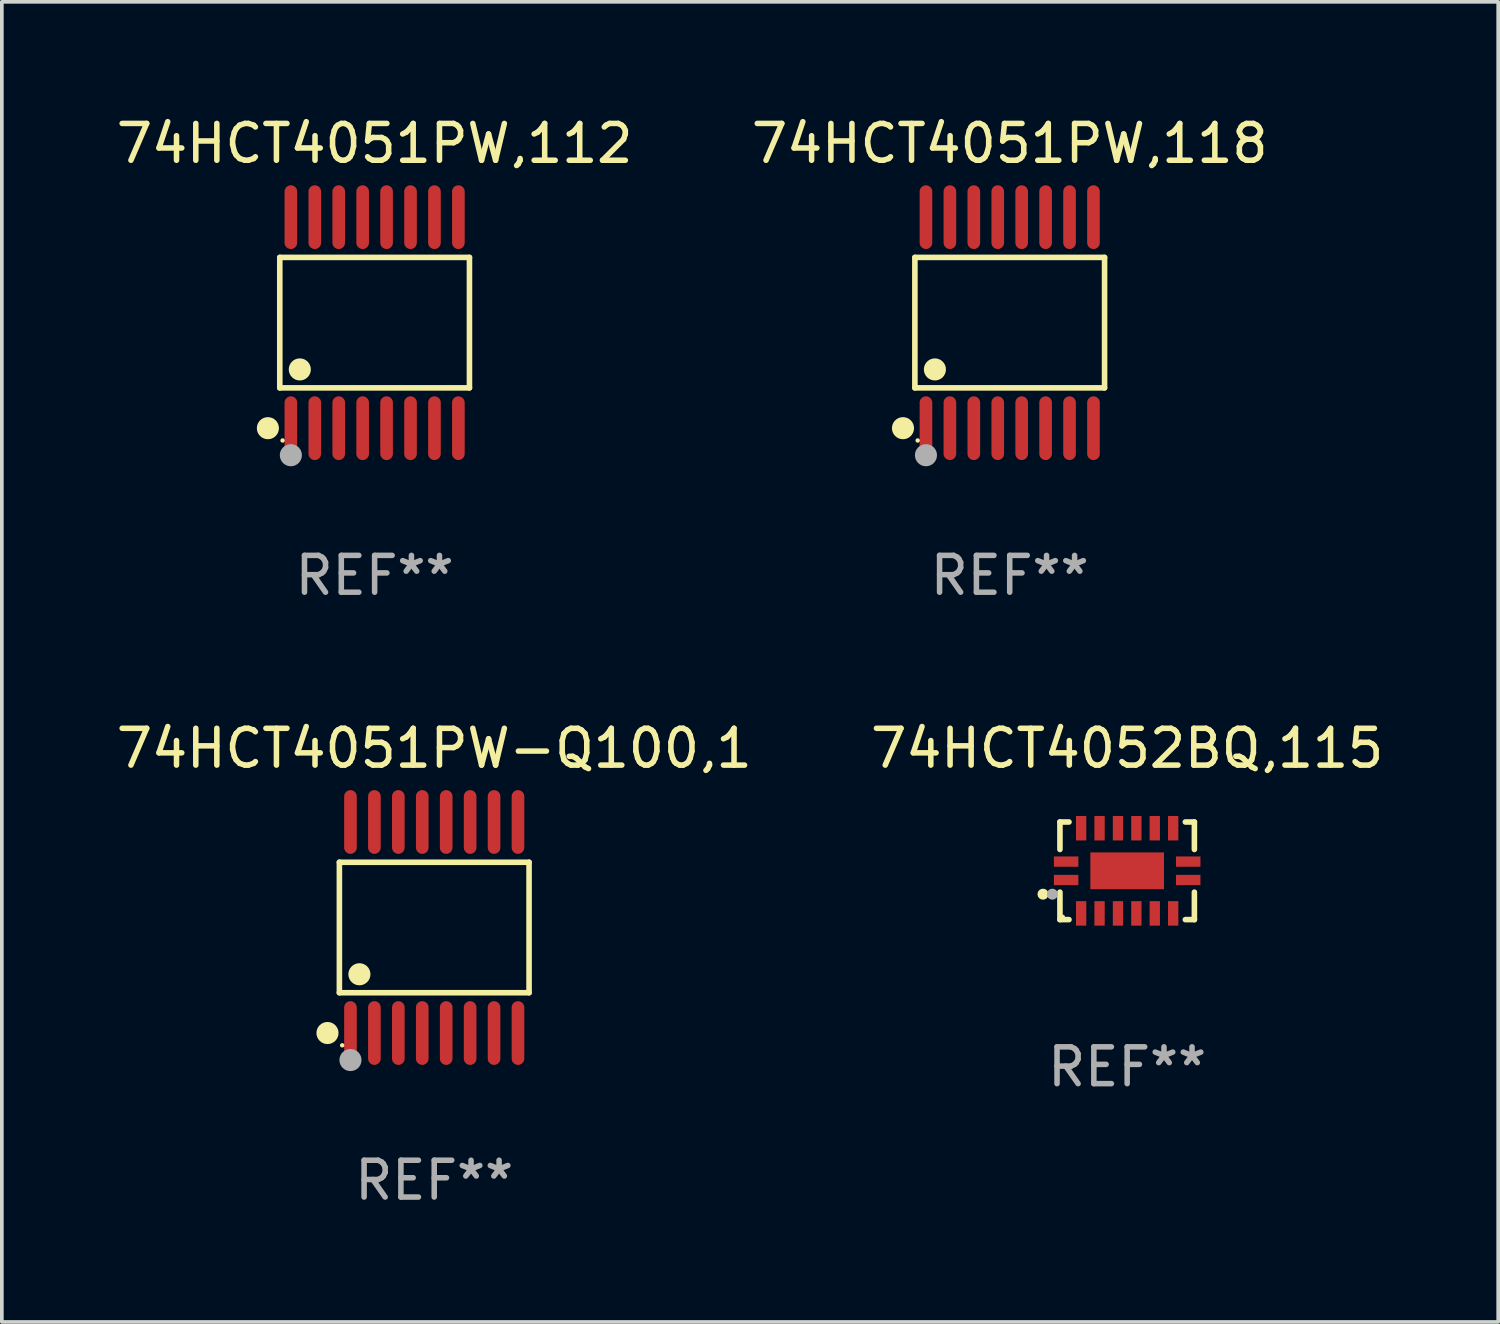
<source format=kicad_pcb>
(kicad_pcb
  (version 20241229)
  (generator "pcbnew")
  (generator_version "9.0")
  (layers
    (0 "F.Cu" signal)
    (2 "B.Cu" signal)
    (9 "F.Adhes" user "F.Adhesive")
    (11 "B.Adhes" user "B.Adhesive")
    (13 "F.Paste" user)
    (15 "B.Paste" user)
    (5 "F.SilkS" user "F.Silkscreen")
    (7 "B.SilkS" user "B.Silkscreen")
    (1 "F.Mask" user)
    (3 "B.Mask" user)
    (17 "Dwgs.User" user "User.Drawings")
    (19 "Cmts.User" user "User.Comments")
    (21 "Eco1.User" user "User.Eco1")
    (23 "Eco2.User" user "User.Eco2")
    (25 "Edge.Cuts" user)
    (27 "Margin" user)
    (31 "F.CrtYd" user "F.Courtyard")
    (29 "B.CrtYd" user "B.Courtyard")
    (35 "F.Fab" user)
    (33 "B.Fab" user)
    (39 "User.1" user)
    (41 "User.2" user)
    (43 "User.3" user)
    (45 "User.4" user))
  (footprint "74HCT4052BQ,115"
    (layer "F.Cu")
    (at 27.565 20.602)
    (property "Reference" "74HCT4052BQ,115" (at 0 -3.326 0) (layer "F.SilkS") (effects (font (size 1 1) (thickness 0.15))))
    (attr through_hole)
    (fp_line (start -1.826 -1.326) (end -1.58 -1.326) (stroke (width 0.152) (type solid)) (layer "F.SilkS"))
    (fp_line (start -1.826 -0.58) (end -1.826 -1.326) (stroke (width 0.152) (type solid)) (layer "F.SilkS"))
    (fp_line (start -1.826 0.58) (end -1.826 1.326) (stroke (width 0.152) (type solid)) (layer "F.SilkS"))
    (fp_line (start -1.826 1.326) (end -1.58 1.326) (stroke (width 0.152) (type solid)) (layer "F.SilkS"))
    (fp_line (start 1.826 -1.326) (end 1.58 -1.326) (stroke (width 0.152) (type solid)) (layer "F.SilkS"))
    (fp_line (start 1.826 -0.58) (end 1.826 -1.326) (stroke (width 0.152) (type solid)) (layer "F.SilkS"))
    (fp_line (start 1.826 0.58) (end 1.826 1.326) (stroke (width 0.152) (type solid)) (layer "F.SilkS"))
    (fp_line (start 1.826 1.326) (end 1.58 1.326) (stroke (width 0.152) (type solid)) (layer "F.SilkS"))
    (fp_circle (center -2.286 0.635) (end -2.211 0.635) (stroke (width 0.15) (type solid)) (fill no) (layer "F.SilkS"))
    (fp_circle (center -1.75 1.25) (end -1.72 1.25) (stroke (width 0.06) (type solid)) (fill no) (layer "F.SilkS"))
    (fp_circle (center -2.032 0.635) (end -1.957 0.635) (stroke (width 0.15) (type solid)) (fill no) (layer "F.Fab"))
    (fp_text user "REF**" (at 0 5.326 0) (layer "F.Fab") (effects (font (size 1 1) (thickness 0.15))))
    (pad "1" smd rect (at -1.658 0.25) (size 0.665 0.28) (layers "F.Cu" "F.Mask" "F.Paste"))
    (pad "2" smd rect (at -1.25 1.157) (size 0.28 0.665) (layers "F.Cu" "F.Mask" "F.Paste"))
    (pad "3" smd rect (at -0.75 1.157) (size 0.28 0.665) (layers "F.Cu" "F.Mask" "F.Paste"))
    (pad "4" smd rect (at -0.25 1.157) (size 0.28 0.665) (layers "F.Cu" "F.Mask" "F.Paste"))
    (pad "5" smd rect (at 0.25 1.157) (size 0.28 0.665) (layers "F.Cu" "F.Mask" "F.Paste"))
    (pad "6" smd rect (at 0.75 1.157) (size 0.28 0.665) (layers "F.Cu" "F.Mask" "F.Paste"))
    (pad "7" smd rect (at 1.25 1.157) (size 0.28 0.665) (layers "F.Cu" "F.Mask" "F.Paste"))
    (pad "8" smd rect (at 1.658 0.25) (size 0.665 0.28) (layers "F.Cu" "F.Mask" "F.Paste"))
    (pad "9" smd rect (at 1.658 -0.25) (size 0.665 0.28) (layers "F.Cu" "F.Mask" "F.Paste"))
    (pad "10" smd rect (at 1.25 -1.157) (size 0.28 0.665) (layers "F.Cu" "F.Mask" "F.Paste"))
    (pad "11" smd rect (at 0.75 -1.157) (size 0.28 0.665) (layers "F.Cu" "F.Mask" "F.Paste"))
    (pad "12" smd rect (at 0.25 -1.157) (size 0.28 0.665) (layers "F.Cu" "F.Mask" "F.Paste"))
    (pad "13" smd rect (at -0.25 -1.157) (size 0.28 0.665) (layers "F.Cu" "F.Mask" "F.Paste"))
    (pad "14" smd rect (at -0.75 -1.157) (size 0.28 0.665) (layers "F.Cu" "F.Mask" "F.Paste"))
    (pad "15" smd rect (at -1.25 -1.157) (size 0.28 0.665) (layers "F.Cu" "F.Mask" "F.Paste"))
    (pad "16" smd rect (at -1.658 -0.25) (size 0.665 0.28) (layers "F.Cu" "F.Mask" "F.Paste"))
    (pad "17" smd rect (at 0 0) (size 2 1) (layers "F.Cu" "F.Mask" "F.Paste")))
  (footprint "74HCT4051PW,112"
    (layer "F.Cu")
    (at 7.125 5.714)
    (property "Reference" "74HCT4051PW,112" (at 0 -4.866 0) (layer "F.SilkS") (effects (font (size 1 1) (thickness 0.15))))
    (attr through_hole)
    (fp_line (start -2.576 -1.772) (end 2.576 -1.772) (stroke (width 0.152) (type solid)) (layer "F.SilkS"))
    (fp_line (start -2.576 1.771) (end -2.576 -1.772) (stroke (width 0.152) (type solid)) (layer "F.SilkS"))
    (fp_line (start 2.576 -1.772) (end 2.576 1.771) (stroke (width 0.152) (type solid)) (layer "F.SilkS"))
    (fp_line (start 2.576 1.771) (end -2.576 1.771) (stroke (width 0.152) (type solid)) (layer "F.SilkS"))
    (fp_circle (center -2.899 2.866) (end -2.749 2.866) (stroke (width 0.3) (type solid)) (fill no) (layer "F.SilkS"))
    (fp_circle (center -2.5 3.2) (end -2.47 3.2) (stroke (width 0.06) (type solid)) (fill no) (layer "F.SilkS"))
    (fp_circle (center -2.032 1.27) (end -1.882 1.27) (stroke (width 0.3) (type solid)) (fill no) (layer "F.SilkS"))
    (fp_circle (center -2.275 3.6) (end -2.125 3.6) (stroke (width 0.3) (type solid)) (fill no) (layer "F.Fab"))
    (fp_text user "REF**" (at 0 6.866 0) (layer "F.Fab") (effects (font (size 1 1) (thickness 0.15))))
    (pad "1" smd oval (at -2.275 2.866) (size 0.343 1.731) (layers "F.Cu" "F.Mask" "F.Paste"))
    (pad "2" smd oval (at -1.625 2.866) (size 0.343 1.731) (layers "F.Cu" "F.Mask" "F.Paste"))
    (pad "3" smd oval (at -0.975 2.866) (size 0.343 1.731) (layers "F.Cu" "F.Mask" "F.Paste"))
    (pad "4" smd oval (at -0.325 2.866) (size 0.343 1.731) (layers "F.Cu" "F.Mask" "F.Paste"))
    (pad "5" smd oval (at 0.325 2.866) (size 0.343 1.731) (layers "F.Cu" "F.Mask" "F.Paste"))
    (pad "6" smd oval (at 0.975 2.866) (size 0.343 1.731) (layers "F.Cu" "F.Mask" "F.Paste"))
    (pad "7" smd oval (at 1.625 2.866) (size 0.343 1.731) (layers "F.Cu" "F.Mask" "F.Paste"))
    (pad "8" smd oval (at 2.275 2.866) (size 0.343 1.731) (layers "F.Cu" "F.Mask" "F.Paste"))
    (pad "9" smd oval (at 2.275 -2.866) (size 0.343 1.731) (layers "F.Cu" "F.Mask" "F.Paste"))
    (pad "10" smd oval (at 1.625 -2.866) (size 0.343 1.731) (layers "F.Cu" "F.Mask" "F.Paste"))
    (pad "11" smd oval (at 0.975 -2.866) (size 0.343 1.731) (layers "F.Cu" "F.Mask" "F.Paste"))
    (pad "12" smd oval (at 0.325 -2.866) (size 0.343 1.731) (layers "F.Cu" "F.Mask" "F.Paste"))
    (pad "13" smd oval (at -0.325 -2.866) (size 0.343 1.731) (layers "F.Cu" "F.Mask" "F.Paste"))
    (pad "14" smd oval (at -0.975 -2.866) (size 0.343 1.731) (layers "F.Cu" "F.Mask" "F.Paste"))
    (pad "15" smd oval (at -1.625 -2.866) (size 0.343 1.731) (layers "F.Cu" "F.Mask" "F.Paste"))
    (pad "16" smd oval (at -2.275 -2.866) (size 0.343 1.731) (layers "F.Cu" "F.Mask" "F.Paste")))
  (footprint "74HCT4051PW,118"
    (layer "F.Cu")
    (at 24.375 5.714)
    (property "Reference" "74HCT4051PW,118" (at 0 -4.866 0) (layer "F.SilkS") (effects (font (size 1 1) (thickness 0.15))))
    (attr through_hole)
    (fp_line (start -2.576 -1.772) (end 2.576 -1.772) (stroke (width 0.152) (type solid)) (layer "F.SilkS"))
    (fp_line (start -2.576 1.771) (end -2.576 -1.772) (stroke (width 0.152) (type solid)) (layer "F.SilkS"))
    (fp_line (start 2.576 -1.772) (end 2.576 1.771) (stroke (width 0.152) (type solid)) (layer "F.SilkS"))
    (fp_line (start 2.576 1.771) (end -2.576 1.771) (stroke (width 0.152) (type solid)) (layer "F.SilkS"))
    (fp_circle (center -2.899 2.866) (end -2.749 2.866) (stroke (width 0.3) (type solid)) (fill no) (layer "F.SilkS"))
    (fp_circle (center -2.5 3.2) (end -2.47 3.2) (stroke (width 0.06) (type solid)) (fill no) (layer "F.SilkS"))
    (fp_circle (center -2.032 1.27) (end -1.882 1.27) (stroke (width 0.3) (type solid)) (fill no) (layer "F.SilkS"))
    (fp_circle (center -2.275 3.6) (end -2.125 3.6) (stroke (width 0.3) (type solid)) (fill no) (layer "F.Fab"))
    (fp_text user "REF**" (at 0 6.866 0) (layer "F.Fab") (effects (font (size 1 1) (thickness 0.15))))
    (pad "1" smd oval (at -2.275 2.866) (size 0.343 1.731) (layers "F.Cu" "F.Mask" "F.Paste"))
    (pad "2" smd oval (at -1.625 2.866) (size 0.343 1.731) (layers "F.Cu" "F.Mask" "F.Paste"))
    (pad "3" smd oval (at -0.975 2.866) (size 0.343 1.731) (layers "F.Cu" "F.Mask" "F.Paste"))
    (pad "4" smd oval (at -0.325 2.866) (size 0.343 1.731) (layers "F.Cu" "F.Mask" "F.Paste"))
    (pad "5" smd oval (at 0.325 2.866) (size 0.343 1.731) (layers "F.Cu" "F.Mask" "F.Paste"))
    (pad "6" smd oval (at 0.975 2.866) (size 0.343 1.731) (layers "F.Cu" "F.Mask" "F.Paste"))
    (pad "7" smd oval (at 1.625 2.866) (size 0.343 1.731) (layers "F.Cu" "F.Mask" "F.Paste"))
    (pad "8" smd oval (at 2.275 2.866) (size 0.343 1.731) (layers "F.Cu" "F.Mask" "F.Paste"))
    (pad "9" smd oval (at 2.275 -2.866) (size 0.343 1.731) (layers "F.Cu" "F.Mask" "F.Paste"))
    (pad "10" smd oval (at 1.625 -2.866) (size 0.343 1.731) (layers "F.Cu" "F.Mask" "F.Paste"))
    (pad "11" smd oval (at 0.975 -2.866) (size 0.343 1.731) (layers "F.Cu" "F.Mask" "F.Paste"))
    (pad "12" smd oval (at 0.325 -2.866) (size 0.343 1.731) (layers "F.Cu" "F.Mask" "F.Paste"))
    (pad "13" smd oval (at -0.325 -2.866) (size 0.343 1.731) (layers "F.Cu" "F.Mask" "F.Paste"))
    (pad "14" smd oval (at -0.975 -2.866) (size 0.343 1.731) (layers "F.Cu" "F.Mask" "F.Paste"))
    (pad "15" smd oval (at -1.625 -2.866) (size 0.343 1.731) (layers "F.Cu" "F.Mask" "F.Paste"))
    (pad "16" smd oval (at -2.275 -2.866) (size 0.343 1.731) (layers "F.Cu" "F.Mask" "F.Paste")))
  (footprint "74HCT4051PW-Q100,1"
    (layer "F.Cu")
    (at 8.744 22.142)
    (property "Reference" "74HCT4051PW-Q100,1" (at 0 -4.866 0) (layer "F.SilkS") (effects (font (size 1 1) (thickness 0.15))))
    (attr through_hole)
    (fp_line (start -2.576 -1.772) (end 2.576 -1.772) (stroke (width 0.152) (type solid)) (layer "F.SilkS"))
    (fp_line (start -2.576 1.771) (end -2.576 -1.772) (stroke (width 0.152) (type solid)) (layer "F.SilkS"))
    (fp_line (start 2.576 -1.772) (end 2.576 1.771) (stroke (width 0.152) (type solid)) (layer "F.SilkS"))
    (fp_line (start 2.576 1.771) (end -2.576 1.771) (stroke (width 0.152) (type solid)) (layer "F.SilkS"))
    (fp_circle (center -2.899 2.866) (end -2.749 2.866) (stroke (width 0.3) (type solid)) (fill no) (layer "F.SilkS"))
    (fp_circle (center -2.5 3.2) (end -2.47 3.2) (stroke (width 0.06) (type solid)) (fill no) (layer "F.SilkS"))
    (fp_circle (center -2.032 1.27) (end -1.882 1.27) (stroke (width 0.3) (type solid)) (fill no) (layer "F.SilkS"))
    (fp_circle (center -2.275 3.6) (end -2.125 3.6) (stroke (width 0.3) (type solid)) (fill no) (layer "F.Fab"))
    (fp_text user "REF**" (at 0 6.866 0) (layer "F.Fab") (effects (font (size 1 1) (thickness 0.15))))
    (pad "1" smd oval (at -2.275 2.866) (size 0.343 1.731) (layers "F.Cu" "F.Mask" "F.Paste"))
    (pad "2" smd oval (at -1.625 2.866) (size 0.343 1.731) (layers "F.Cu" "F.Mask" "F.Paste"))
    (pad "3" smd oval (at -0.975 2.866) (size 0.343 1.731) (layers "F.Cu" "F.Mask" "F.Paste"))
    (pad "4" smd oval (at -0.325 2.866) (size 0.343 1.731) (layers "F.Cu" "F.Mask" "F.Paste"))
    (pad "5" smd oval (at 0.325 2.866) (size 0.343 1.731) (layers "F.Cu" "F.Mask" "F.Paste"))
    (pad "6" smd oval (at 0.975 2.866) (size 0.343 1.731) (layers "F.Cu" "F.Mask" "F.Paste"))
    (pad "7" smd oval (at 1.625 2.866) (size 0.343 1.731) (layers "F.Cu" "F.Mask" "F.Paste"))
    (pad "8" smd oval (at 2.275 2.866) (size 0.343 1.731) (layers "F.Cu" "F.Mask" "F.Paste"))
    (pad "9" smd oval (at 2.275 -2.866) (size 0.343 1.731) (layers "F.Cu" "F.Mask" "F.Paste"))
    (pad "10" smd oval (at 1.625 -2.866) (size 0.343 1.731) (layers "F.Cu" "F.Mask" "F.Paste"))
    (pad "11" smd oval (at 0.975 -2.866) (size 0.343 1.731) (layers "F.Cu" "F.Mask" "F.Paste"))
    (pad "12" smd oval (at 0.325 -2.866) (size 0.343 1.731) (layers "F.Cu" "F.Mask" "F.Paste"))
    (pad "13" smd oval (at -0.325 -2.866) (size 0.343 1.731) (layers "F.Cu" "F.Mask" "F.Paste"))
    (pad "14" smd oval (at -0.975 -2.866) (size 0.343 1.731) (layers "F.Cu" "F.Mask" "F.Paste"))
    (pad "15" smd oval (at -1.625 -2.866) (size 0.343 1.731) (layers "F.Cu" "F.Mask" "F.Paste"))
    (pad "16" smd oval (at -2.275 -2.866) (size 0.343 1.731) (layers "F.Cu" "F.Mask" "F.Paste")))
  (gr_rect
    (start -3 -3)
    (end 37.643 32.856)
    (stroke (width 0.1) (type default))
    (fill no)
    (layer "Edge.Cuts")))
</source>
